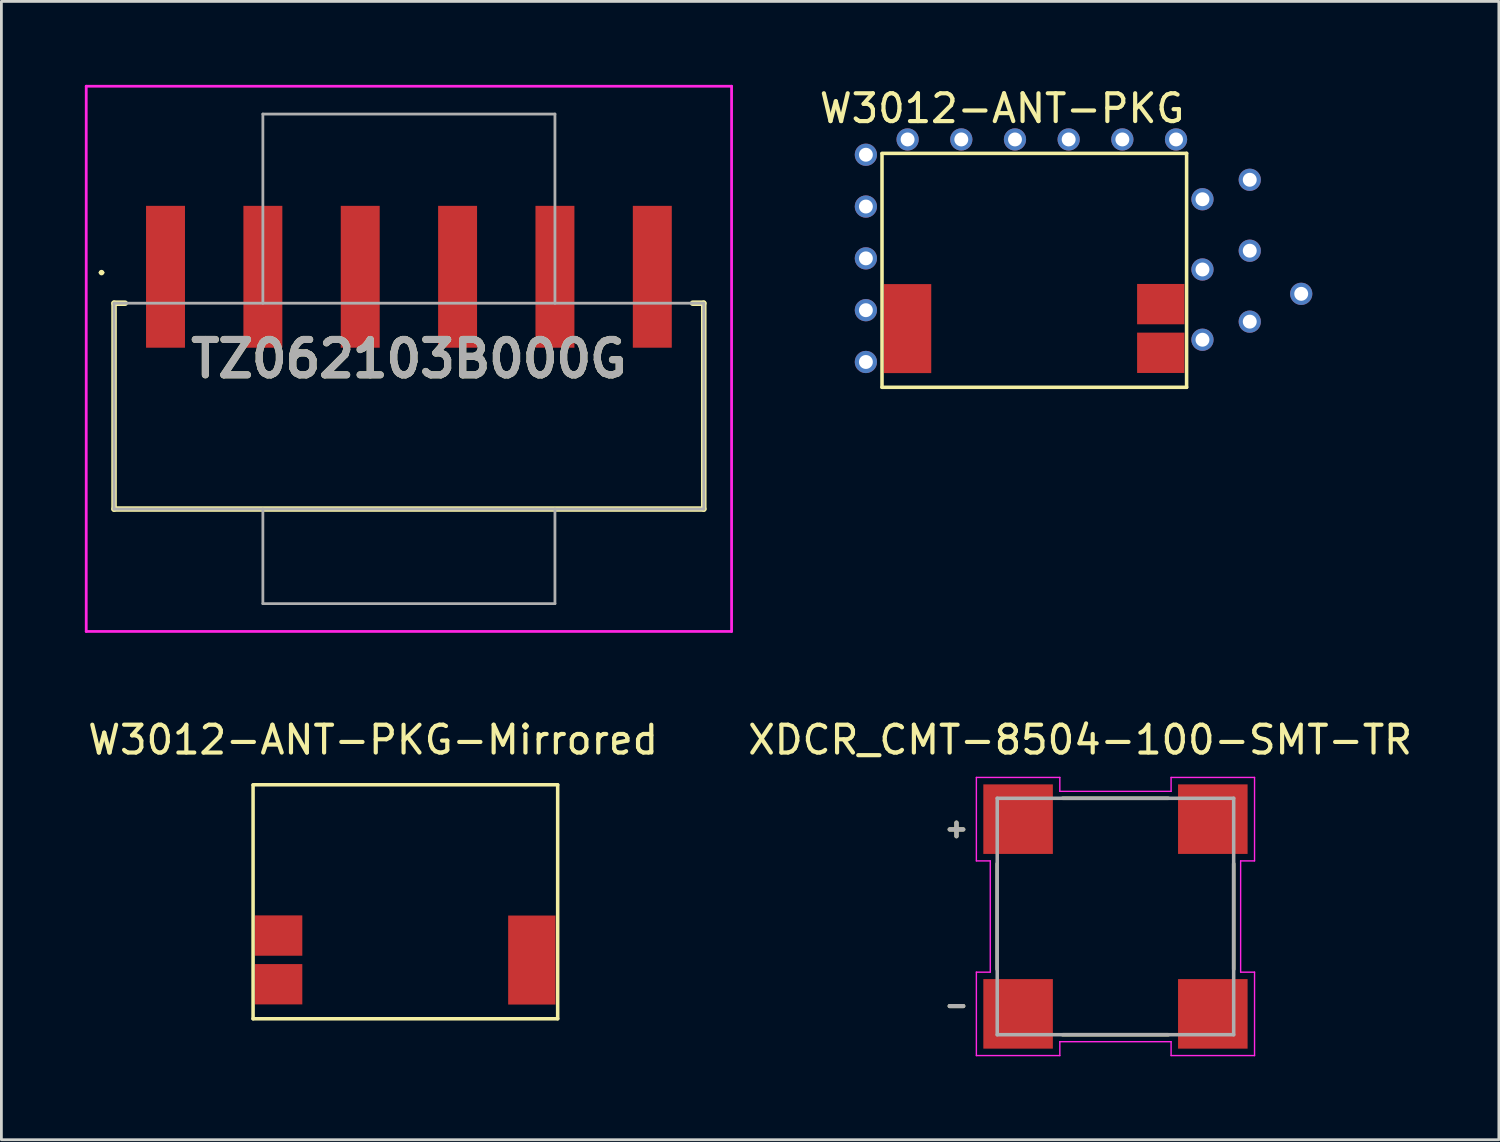
<source format=kicad_pcb>
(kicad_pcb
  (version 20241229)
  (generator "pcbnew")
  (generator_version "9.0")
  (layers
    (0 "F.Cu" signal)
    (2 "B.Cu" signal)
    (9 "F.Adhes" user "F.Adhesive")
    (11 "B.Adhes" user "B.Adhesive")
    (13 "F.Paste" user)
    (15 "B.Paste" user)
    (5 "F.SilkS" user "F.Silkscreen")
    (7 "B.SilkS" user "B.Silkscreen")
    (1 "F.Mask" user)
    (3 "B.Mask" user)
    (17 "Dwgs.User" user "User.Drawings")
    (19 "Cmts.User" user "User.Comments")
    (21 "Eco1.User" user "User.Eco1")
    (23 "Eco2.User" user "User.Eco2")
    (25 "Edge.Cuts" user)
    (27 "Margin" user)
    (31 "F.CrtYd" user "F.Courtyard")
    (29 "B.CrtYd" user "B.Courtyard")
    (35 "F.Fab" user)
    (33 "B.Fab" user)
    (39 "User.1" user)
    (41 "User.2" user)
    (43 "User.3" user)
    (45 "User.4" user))
  (footprint "W3012-ANT-PKG-Mirrored"
    (layer "F.Cu")
    (at 11.518 29.363)
    (property "Reference" "W3012-ANT-PKG-Mirrored" (at -1.155 -5.815 0) (layer "F.SilkS") (effects (font (size 1 1) (thickness 0.15))))
    (attr smd)
    (fp_line (start -5.47 -4.2) (end 5.48 -4.2) (stroke (width 0.127) (type solid)) (layer "F.SilkS"))
    (fp_line (start -5.47 4.21) (end -5.47 -4.19) (stroke (width 0.127) (type solid)) (layer "F.SilkS"))
    (fp_line (start 5.48 -4.2) (end 5.48 4.21) (stroke (width 0.127) (type solid)) (layer "F.SilkS"))
    (fp_line (start 5.48 4.21) (end -5.47 4.21) (stroke (width 0.127) (type solid)) (layer "F.SilkS"))
    (pad "1" smd rect (at -4.55 1.22) (size 1.7 1.45) (layers "F.Cu" "F.Mask" "F.Paste"))
    (pad "2" smd rect (at -4.55 2.97) (size 1.7 1.45) (layers "F.Cu" "F.Mask" "F.Paste"))
    (pad "3" smd rect (at 4.55 2.1) (size 1.7 3.2) (layers "F.Cu" "F.Mask" "F.Paste"))
    (zone (net_name "") (layer "F.Cu") (hatch full 0.508) (connect_pads) (min_thickness 0) (filled_areas_thickness no) (keepout (tracks not_allowed) (vias not_allowed) (pads not_allowed) (copperpour not_allowed) (footprints allowed)) (placement (enabled no)) (fill) (polygon (pts (xy 16.918 25.233) (xy 6.118 25.233) (xy 6.118 29.863) (xy 7.818 29.863) (xy 7.818 31.303) (xy 6.118 31.303) (xy 6.118 31.613) (xy 7.818 31.613) (xy 7.818 33.053) (xy 6.118 33.053) (xy 6.118 33.493) (xy 16.918 33.493) (xy 16.918 33.063) (xy 15.218 33.063) (xy 15.218 29.863) (xy 16.918 29.863))))
    (zone (net_name "") (layer "B.Cu") (hatch full 0.508) (connect_pads) (min_thickness 0.01) (filled_areas_thickness no) (keepout (tracks not_allowed) (vias not_allowed) (pads not_allowed) (copperpour not_allowed) (footprints allowed)) (placement (enabled no)) (fill) (polygon (pts (xy 6.118 25.238) (xy 16.918 25.238) (xy 16.918 33.488) (xy 6.118 33.488)))))
  (footprint "W3012-ANT-PKG"
    (layer "F.Cu")
    (at 34.128 6.663)
    (property "Reference" "W3012-ANT-PKG" (at -1.155 -5.815 0) (layer "F.SilkS") (effects (font (size 1 1) (thickness 0.15))))
    (attr smd)
    (fp_line (start -5.47 -4.2) (end 5.48 -4.2) (stroke (width 0.127) (type solid)) (layer "F.SilkS"))
    (fp_line (start -5.47 4.21) (end -5.47 -4.19) (stroke (width 0.127) (type solid)) (layer "F.SilkS"))
    (fp_line (start 5.48 -4.2) (end 5.48 4.21) (stroke (width 0.127) (type solid)) (layer "F.SilkS"))
    (fp_line (start 5.48 4.21) (end -5.47 4.21) (stroke (width 0.127) (type solid)) (layer "F.SilkS"))
    (pad "1" smd rect (at 4.55 1.22) (size 1.7 1.45) (layers "F.Cu" "F.Mask" "F.Paste"))
    (pad "2" smd rect (at 4.55 2.97) (size 1.7 1.45) (layers "F.Cu" "F.Mask" "F.Paste"))
    (pad "3" smd rect (at -4.55 2.1) (size 1.7 3.2) (layers "F.Cu" "F.Mask" "F.Paste"))
    (pad "4" thru_hole circle (at -6.05 -4.15) (size 0.8 0.8) (drill 0.5) (layers "*.Cu" "*.Mask"))
    (pad "4" thru_hole circle (at -6.05 -2.288) (size 0.8 0.8) (drill 0.5) (layers "*.Cu" "*.Mask"))
    (pad "4" thru_hole circle (at -6.05 -0.425) (size 0.8 0.8) (drill 0.5) (layers "*.Cu" "*.Mask"))
    (pad "4" thru_hole circle (at -6.05 1.438) (size 0.8 0.8) (drill 0.5) (layers "*.Cu" "*.Mask"))
    (pad "4" thru_hole circle (at -6.05 3.3) (size 0.8 0.8) (drill 0.5) (layers "*.Cu" "*.Mask"))
    (pad "4" thru_hole circle (at -4.55 -4.7) (size 0.8 0.8) (drill 0.5) (layers "*.Cu" "*.Mask"))
    (pad "4" thru_hole circle (at -2.62 -4.7) (size 0.8 0.8) (drill 0.5) (layers "*.Cu" "*.Mask"))
    (pad "4" thru_hole circle (at -0.69 -4.7) (size 0.8 0.8) (drill 0.5) (layers "*.Cu" "*.Mask"))
    (pad "4" thru_hole circle (at 1.24 -4.7) (size 0.8 0.8) (drill 0.5) (layers "*.Cu" "*.Mask"))
    (pad "4" thru_hole circle (at 3.17 -4.7) (size 0.8 0.8) (drill 0.5) (layers "*.Cu" "*.Mask"))
    (pad "4" thru_hole circle (at 5.1 -4.7) (size 0.8 0.8) (drill 0.5) (layers "*.Cu" "*.Mask"))
    (pad "4" thru_hole circle (at 6.05 -2.55) (size 0.8 0.8) (drill 0.5) (layers "*.Cu" "*.Mask"))
    (pad "4" thru_hole circle (at 6.05 -0.025) (size 0.8 0.8) (drill 0.5) (layers "*.Cu" "*.Mask"))
    (pad "4" thru_hole circle (at 6.05 2.5) (size 0.8 0.8) (drill 0.5) (layers "*.Cu" "*.Mask"))
    (pad "4" thru_hole circle (at 7.75 -3.25) (size 0.8 0.8) (drill 0.5) (layers "*.Cu" "*.Mask"))
    (pad "4" thru_hole circle (at 7.75 -0.7) (size 0.8 0.8) (drill 0.5) (layers "*.Cu" "*.Mask"))
    (pad "4" thru_hole circle (at 7.75 1.85) (size 0.8 0.8) (drill 0.5) (layers "*.Cu" "*.Mask"))
    (pad "4" thru_hole circle (at 9.6 0.85) (size 0.8 0.8) (drill 0.5) (layers "*.Cu" "*.Mask"))
    (zone (net_name "") (layer "F.Cu") (hatch full 0.508) (connect_pads) (min_thickness 0) (filled_areas_thickness no) (keepout (tracks not_allowed) (vias not_allowed) (pads not_allowed) (copperpour not_allowed) (footprints allowed)) (placement (enabled no)) (fill) (polygon (pts (xy 28.728 2.533) (xy 39.528 2.533) (xy 39.528 7.163) (xy 37.828 7.163) (xy 37.828 8.603) (xy 39.528 8.603) (xy 39.528 8.913) (xy 37.828 8.913) (xy 37.828 10.353) (xy 39.528 10.353) (xy 39.528 10.793) (xy 28.728 10.793) (xy 28.728 10.363) (xy 30.428 10.363) (xy 30.428 7.163) (xy 28.728 7.163))))
    (zone (net_name "") (layer "B.Cu") (hatch full 0.508) (connect_pads) (min_thickness 0.01) (filled_areas_thickness no) (keepout (tracks not_allowed) (vias not_allowed) (pads not_allowed) (copperpour not_allowed) (footprints allowed)) (placement (enabled no)) (fill) (polygon (pts (xy 28.728 2.538) (xy 39.528 2.538) (xy 39.528 10.788) (xy 28.728 10.788)))))
  (footprint "XDCR_CMT-8504-100-SMT-TR"
    (layer "F.Cu")
    (at 37.05 29.898)
    (property "Reference" "XDCR_CMT-8504-100-SMT-TR" (at -1.27 -6.35 0) (layer "F.SilkS") (effects (font (size 1 1) (thickness 0.15))))
    (attr smd)
    (fp_line (start -4.25 -1.9) (end -4.25 1.9) (stroke (width 0.127) (type solid)) (layer "F.SilkS"))
    (fp_line (start -1.9 4.25) (end 1.9 4.25) (stroke (width 0.127) (type solid)) (layer "F.SilkS"))
    (fp_line (start 1.9 -4.25) (end -1.9 -4.25) (stroke (width 0.127) (type solid)) (layer "F.SilkS"))
    (fp_line (start 4.25 1.9) (end 4.25 -1.9) (stroke (width 0.127) (type solid)) (layer "F.SilkS"))
    (fp_line (start -5 -5) (end -2 -5) (stroke (width 0.05) (type solid)) (layer "F.CrtYd"))
    (fp_line (start -5 -2) (end -5 -5) (stroke (width 0.05) (type solid)) (layer "F.CrtYd"))
    (fp_line (start -5 2) (end -4.5 2) (stroke (width 0.05) (type solid)) (layer "F.CrtYd"))
    (fp_line (start -5 5) (end -5 2) (stroke (width 0.05) (type solid)) (layer "F.CrtYd"))
    (fp_line (start -4.5 -2) (end -5 -2) (stroke (width 0.05) (type solid)) (layer "F.CrtYd"))
    (fp_line (start -4.5 2) (end -4.5 -2) (stroke (width 0.05) (type solid)) (layer "F.CrtYd"))
    (fp_line (start -2 -5) (end -2 -4.5) (stroke (width 0.05) (type solid)) (layer "F.CrtYd"))
    (fp_line (start -2 -4.5) (end 2 -4.5) (stroke (width 0.05) (type solid)) (layer "F.CrtYd"))
    (fp_line (start -2 4.5) (end -2 5) (stroke (width 0.05) (type solid)) (layer "F.CrtYd"))
    (fp_line (start -2 5) (end -5 5) (stroke (width 0.05) (type solid)) (layer "F.CrtYd"))
    (fp_line (start 2 -5) (end 5 -5) (stroke (width 0.05) (type solid)) (layer "F.CrtYd"))
    (fp_line (start 2 -4.5) (end 2 -5) (stroke (width 0.05) (type solid)) (layer "F.CrtYd"))
    (fp_line (start 2 4.5) (end -2 4.5) (stroke (width 0.05) (type solid)) (layer "F.CrtYd"))
    (fp_line (start 2 5) (end 2 4.5) (stroke (width 0.05) (type solid)) (layer "F.CrtYd"))
    (fp_line (start 4.5 -2) (end 4.5 2) (stroke (width 0.05) (type solid)) (layer "F.CrtYd"))
    (fp_line (start 4.5 2) (end 5 2) (stroke (width 0.05) (type solid)) (layer "F.CrtYd"))
    (fp_line (start 5 -5) (end 5 -2) (stroke (width 0.05) (type solid)) (layer "F.CrtYd"))
    (fp_line (start 5 -2) (end 4.5 -2) (stroke (width 0.05) (type solid)) (layer "F.CrtYd"))
    (fp_line (start 5 2) (end 5 5) (stroke (width 0.05) (type solid)) (layer "F.CrtYd"))
    (fp_line (start 5 5) (end 2 5) (stroke (width 0.05) (type solid)) (layer "F.CrtYd"))
    (fp_line (start -4.25 -4.25) (end -4.25 4.25) (stroke (width 0.127) (type solid)) (layer "F.Fab"))
    (fp_line (start -4.25 4.25) (end 4.25 4.25) (stroke (width 0.127) (type solid)) (layer "F.Fab"))
    (fp_line (start 4.25 -4.25) (end -4.25 -4.25) (stroke (width 0.127) (type solid)) (layer "F.Fab"))
    (fp_line (start 4.25 4.25) (end 4.25 -4.25) (stroke (width 0.127) (type solid)) (layer "F.Fab"))
    (fp_text user "-" (at -5.715 3.175 0) (layer "F.SilkS") (effects (font (size 0.64 0.64) (thickness 0.15))))
    (fp_text user "+" (at -5.715 -3.175 0) (layer "F.SilkS") (effects (font (size 0.64 0.64) (thickness 0.15))))
    (fp_text user "+" (at -5.715 -3.175 0) (layer "F.Fab") (effects (font (size 0.64 0.64) (thickness 0.15))))
    (fp_text user "-" (at -5.715 3.175 0) (layer "F.Fab") (effects (font (size 0.64 0.64) (thickness 0.15))))
    (pad "1" smd rect (at 3.5 -3.5) (size 2.5 2.5) (layers "F.Cu" "F.Mask" "F.Paste"))
    (pad "2" smd rect (at 3.5 3.5) (size 2.5 2.5) (layers "F.Cu" "F.Mask" "F.Paste"))
    (pad "N" smd rect (at -3.5 3.5) (size 2.5 2.5) (layers "F.Cu" "F.Mask" "F.Paste"))
    (pad "P" smd rect (at -3.5 -3.5) (size 2.5 2.5) (layers "F.Cu" "F.Mask" "F.Paste")))
  (footprint "TZ062103B000G"
    (layer "F.Cu")
    (at 11.65 11.55)
    (property "Reference" "TZ062103B000G" (at 0 -1.7 0) (layer "F.SilkS") (effects (font (size 1.27 1.27) (thickness 0.254))))
    (attr smd)
    (fp_line (start -11.1 -4.8) (end -11.1 -4.8) (stroke (width 0.1) (type solid)) (layer "F.SilkS"))
    (fp_line (start -11 -4.8) (end -11 -4.8) (stroke (width 0.1) (type solid)) (layer "F.SilkS"))
    (fp_line (start -10.6 -3.7) (end -10.6 3.7) (stroke (width 0.2) (type solid)) (layer "F.SilkS"))
    (fp_line (start -10.6 3.7) (end 10.6 3.7) (stroke (width 0.2) (type solid)) (layer "F.SilkS"))
    (fp_line (start -10.2 -3.7) (end -10.6 -3.7) (stroke (width 0.2) (type solid)) (layer "F.SilkS"))
    (fp_line (start 10.6 -3.7) (end 10.2 -3.7) (stroke (width 0.2) (type solid)) (layer "F.SilkS"))
    (fp_line (start 10.6 3.7) (end 10.6 -3.7) (stroke (width 0.2) (type solid)) (layer "F.SilkS"))
    (fp_arc (start -11.1 -4.8) (mid -11.05 -4.85) (end -11 -4.8) (stroke (width 0.1) (type solid)) (layer "F.SilkS"))
    (fp_arc (start -11 -4.8) (mid -11.05 -4.75) (end -11.1 -4.8) (stroke (width 0.1) (type solid)) (layer "F.SilkS"))
    (fp_line (start -11.6 -11.5) (end 11.6 -11.5) (stroke (width 0.1) (type solid)) (layer "F.CrtYd"))
    (fp_line (start -11.6 8.1) (end -11.6 -11.5) (stroke (width 0.1) (type solid)) (layer "F.CrtYd"))
    (fp_line (start 11.6 -11.5) (end 11.6 8.1) (stroke (width 0.1) (type solid)) (layer "F.CrtYd"))
    (fp_line (start 11.6 8.1) (end -11.6 8.1) (stroke (width 0.1) (type solid)) (layer "F.CrtYd"))
    (fp_line (start -10.6 -3.7) (end 10.6 -3.7) (stroke (width 0.1) (type solid)) (layer "F.Fab"))
    (fp_line (start -10.6 3.7) (end -10.6 -3.7) (stroke (width 0.1) (type solid)) (layer "F.Fab"))
    (fp_line (start -5.25 -10.5) (end 5.25 -10.5) (stroke (width 0.1) (type solid)) (layer "F.Fab"))
    (fp_line (start -5.25 -3.7) (end -5.25 -10.5) (stroke (width 0.1) (type solid)) (layer "F.Fab"))
    (fp_line (start -5.25 3.7) (end -5.25 7.1) (stroke (width 0.1) (type solid)) (layer "F.Fab"))
    (fp_line (start -5.25 7.1) (end 5.25 7.1) (stroke (width 0.1) (type solid)) (layer "F.Fab"))
    (fp_line (start 5.25 -10.5) (end 5.25 -3.7) (stroke (width 0.1) (type solid)) (layer "F.Fab"))
    (fp_line (start 5.25 7.1) (end 5.25 3.7) (stroke (width 0.1) (type solid)) (layer "F.Fab"))
    (fp_line (start 10.6 -3.7) (end 10.6 3.7) (stroke (width 0.1) (type solid)) (layer "F.Fab"))
    (fp_line (start 10.6 3.7) (end -10.6 3.7) (stroke (width 0.1) (type solid)) (layer "F.Fab"))
    (fp_text user "${REFERENCE}" (at 0 -1.7 0) (layer "F.Fab") (effects (font (size 1.27 1.27) (thickness 0.254))))
    (pad "1" smd rect (at -8.75 -4.65) (size 1.4 5.1) (layers "F.Cu" "F.Mask" "F.Paste"))
    (pad "2" smd rect (at -5.25 -4.65) (size 1.4 5.1) (layers "F.Cu" "F.Mask" "F.Paste"))
    (pad "3" smd rect (at -1.75 -4.65) (size 1.4 5.1) (layers "F.Cu" "F.Mask" "F.Paste"))
    (pad "4" smd rect (at 1.75 -4.65) (size 1.4 5.1) (layers "F.Cu" "F.Mask" "F.Paste"))
    (pad "5" smd rect (at 5.25 -4.65) (size 1.4 5.1) (layers "F.Cu" "F.Mask" "F.Paste"))
    (pad "6" smd rect (at 8.75 -4.65) (size 1.4 5.1) (layers "F.Cu" "F.Mask" "F.Paste")))
  (gr_rect
    (start -3 -3)
    (end 50.833 37.923)
    (stroke (width 0.1) (type default))
    (fill no)
    (layer "Edge.Cuts")))
</source>
